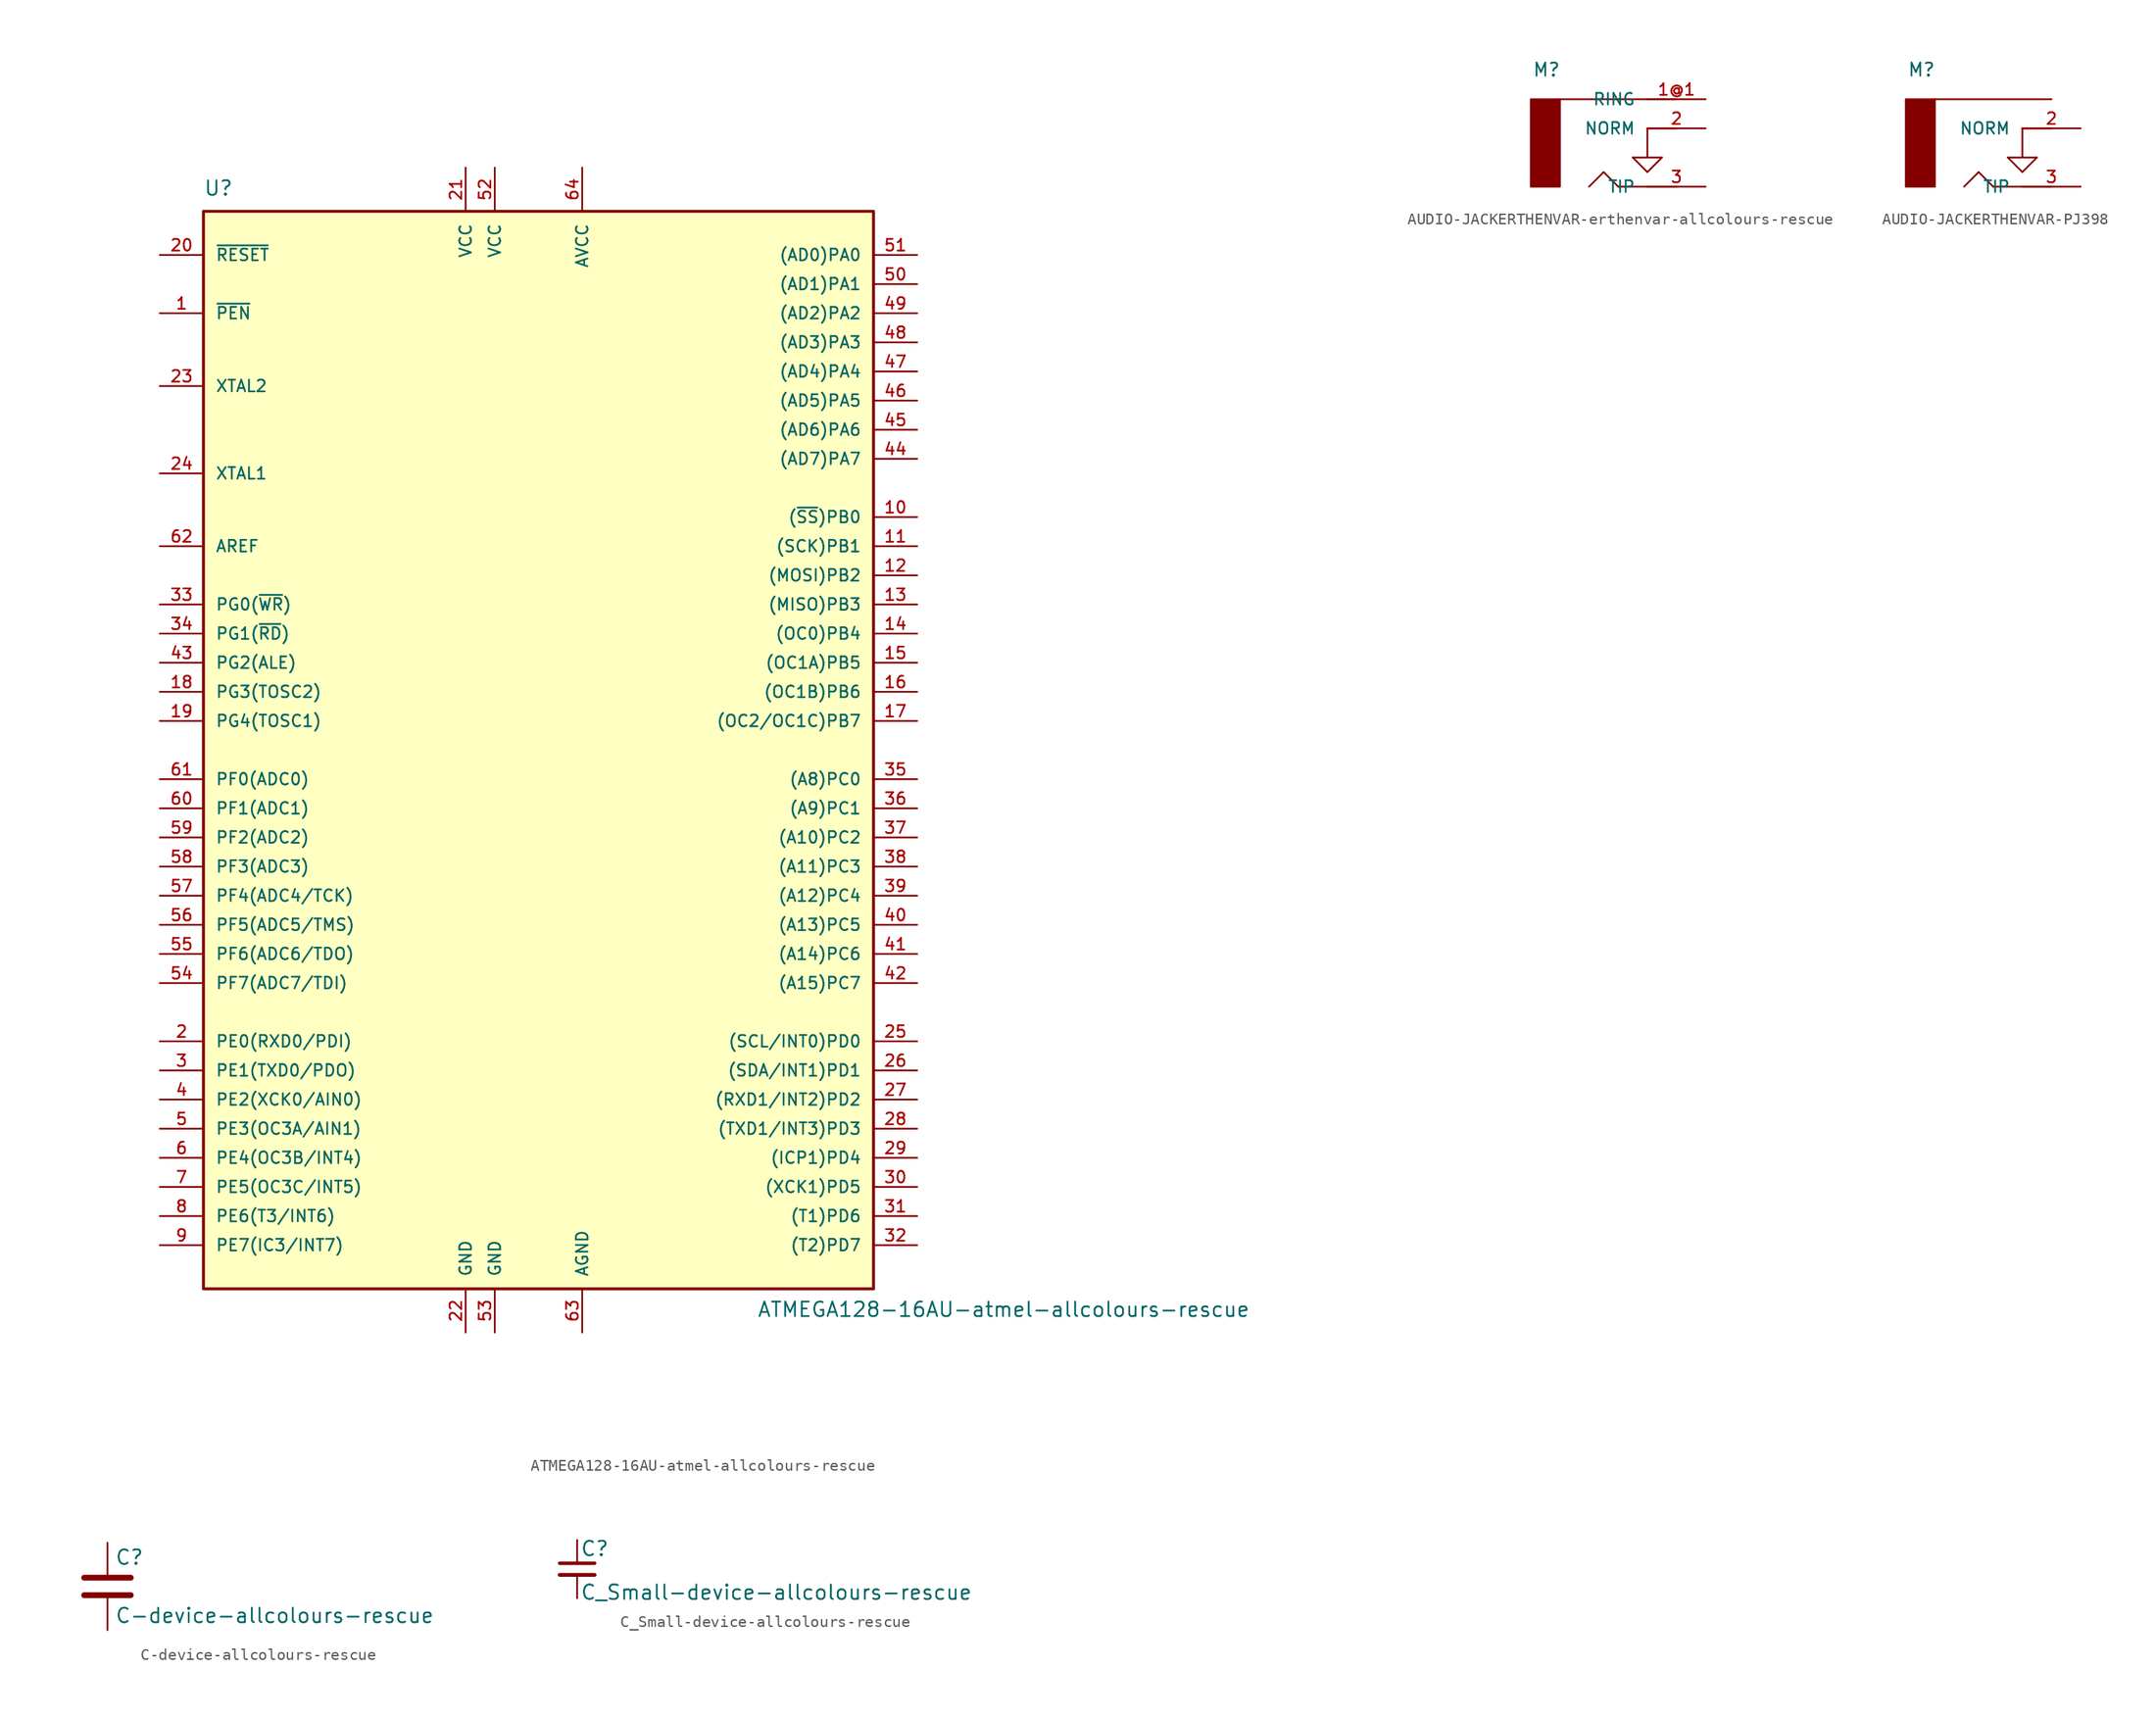
<source format=kicad_sym>
(kicad_symbol_lib
  (version 20211014)
  (generator kicad_symbol_editor)
  (symbol "ATMEGA128-16AU-atmel-allcolours-rescue"
    (pin_names
      (offset 1.016))
    (property "Reference" "U"
      (at -29.21 48.26 0)
      (effects (font (size 1.27 1.27)) (justify left bottom)))
    (property "Value" "ATMEGA128-16AU-atmel-allcolours-rescue"
      (at 19.05 -49.53 0)
      (effects (font (size 1.27 1.27)) (justify left bottom)))
    (symbol "ATMEGA128-16AU-atmel-allcolours-rescue_0_1"
      (rectangle (start -29.21 46.99) (end 29.21 -46.99) (stroke (width 0.254) (type default) (color 0 0 0 0)) (fill (type background))))
    (symbol "ATMEGA128-16AU-atmel-allcolours-rescue_1_1"
      (pin input line (at -33.02 38.1 0) (length 3.81) (name "~{PEN}" (effects (font (size 1.016 1.016)))) (number "1" (effects (font (size 1.016 1.016)))))
      (pin bidirectional line (at 33.02 20.32 180) (length 3.81) (name "(~{SS})PB0" (effects (font (size 1.016 1.016)))) (number "10" (effects (font (size 1.016 1.016)))))
      (pin bidirectional line (at 33.02 17.78 180) (length 3.81) (name "(SCK)PB1" (effects (font (size 1.016 1.016)))) (number "11" (effects (font (size 1.016 1.016)))))
      (pin bidirectional line (at 33.02 15.24 180) (length 3.81) (name "(MOSI)PB2" (effects (font (size 1.016 1.016)))) (number "12" (effects (font (size 1.016 1.016)))))
      (pin bidirectional line (at 33.02 12.7 180) (length 3.81) (name "(MISO)PB3" (effects (font (size 1.016 1.016)))) (number "13" (effects (font (size 1.016 1.016)))))
      (pin bidirectional line (at 33.02 10.16 180) (length 3.81) (name "(OC0)PB4" (effects (font (size 1.016 1.016)))) (number "14" (effects (font (size 1.016 1.016)))))
      (pin bidirectional line (at 33.02 7.62 180) (length 3.81) (name "(OC1A)PB5" (effects (font (size 1.016 1.016)))) (number "15" (effects (font (size 1.016 1.016)))))
      (pin bidirectional line (at 33.02 5.08 180) (length 3.81) (name "(OC1B)PB6" (effects (font (size 1.016 1.016)))) (number "16" (effects (font (size 1.016 1.016)))))
      (pin bidirectional line (at 33.02 2.54 180) (length 3.81) (name "(OC2/OC1C)PB7" (effects (font (size 1.016 1.016)))) (number "17" (effects (font (size 1.016 1.016)))))
      (pin bidirectional line (at -33.02 5.08 0) (length 3.81) (name "PG3(TOSC2)" (effects (font (size 1.016 1.016)))) (number "18" (effects (font (size 1.016 1.016)))))
      (pin bidirectional line (at -33.02 2.54 0) (length 3.81) (name "PG4(TOSC1)" (effects (font (size 1.016 1.016)))) (number "19" (effects (font (size 1.016 1.016)))))
      (pin bidirectional line (at -33.02 -25.4 0) (length 3.81) (name "PE0(RXD0/PDI)" (effects (font (size 1.016 1.016)))) (number "2" (effects (font (size 1.016 1.016)))))
      (pin input line (at -33.02 43.18 0) (length 3.81) (name "~{RESET}" (effects (font (size 1.016 1.016)))) (number "20" (effects (font (size 1.016 1.016)))))
      (pin power_in line (at -6.35 50.8 270) (length 3.81) (name "VCC" (effects (font (size 1.016 1.016)))) (number "21" (effects (font (size 1.016 1.016)))))
      (pin power_in line (at -6.35 -50.8 90) (length 3.81) (name "GND" (effects (font (size 1.016 1.016)))) (number "22" (effects (font (size 1.016 1.016)))))
      (pin bidirectional line (at -33.02 31.75 0) (length 3.81) (name "XTAL2" (effects (font (size 1.016 1.016)))) (number "23" (effects (font (size 1.016 1.016)))))
      (pin bidirectional line (at -33.02 24.13 0) (length 3.81) (name "XTAL1" (effects (font (size 1.016 1.016)))) (number "24" (effects (font (size 1.016 1.016)))))
      (pin bidirectional line (at 33.02 -25.4 180) (length 3.81) (name "(SCL/INT0)PD0" (effects (font (size 1.016 1.016)))) (number "25" (effects (font (size 1.016 1.016)))))
      (pin bidirectional line (at 33.02 -27.94 180) (length 3.81) (name "(SDA/INT1)PD1" (effects (font (size 1.016 1.016)))) (number "26" (effects (font (size 1.016 1.016)))))
      (pin bidirectional line (at 33.02 -30.48 180) (length 3.81) (name "(RXD1/INT2)PD2" (effects (font (size 1.016 1.016)))) (number "27" (effects (font (size 1.016 1.016)))))
      (pin bidirectional line (at 33.02 -33.02 180) (length 3.81) (name "(TXD1/INT3)PD3" (effects (font (size 1.016 1.016)))) (number "28" (effects (font (size 1.016 1.016)))))
      (pin bidirectional line (at 33.02 -35.56 180) (length 3.81) (name "(ICP1)PD4" (effects (font (size 1.016 1.016)))) (number "29" (effects (font (size 1.016 1.016)))))
      (pin bidirectional line (at -33.02 -27.94 0) (length 3.81) (name "PE1(TXD0/PDO)" (effects (font (size 1.016 1.016)))) (number "3" (effects (font (size 1.016 1.016)))))
      (pin bidirectional line (at 33.02 -38.1 180) (length 3.81) (name "(XCK1)PD5" (effects (font (size 1.016 1.016)))) (number "30" (effects (font (size 1.016 1.016)))))
      (pin bidirectional line (at 33.02 -40.64 180) (length 3.81) (name "(T1)PD6" (effects (font (size 1.016 1.016)))) (number "31" (effects (font (size 1.016 1.016)))))
      (pin bidirectional line (at 33.02 -43.18 180) (length 3.81) (name "(T2)PD7" (effects (font (size 1.016 1.016)))) (number "32" (effects (font (size 1.016 1.016)))))
      (pin bidirectional line (at -33.02 12.7 0) (length 3.81) (name "PG0(~{WR})" (effects (font (size 1.016 1.016)))) (number "33" (effects (font (size 1.016 1.016)))))
      (pin bidirectional line (at -33.02 10.16 0) (length 3.81) (name "PG1(~{RD})" (effects (font (size 1.016 1.016)))) (number "34" (effects (font (size 1.016 1.016)))))
      (pin output line (at 33.02 -2.54 180) (length 3.81) (name "(A8)PC0" (effects (font (size 1.016 1.016)))) (number "35" (effects (font (size 1.016 1.016)))))
      (pin output line (at 33.02 -5.08 180) (length 3.81) (name "(A9)PC1" (effects (font (size 1.016 1.016)))) (number "36" (effects (font (size 1.016 1.016)))))
      (pin output line (at 33.02 -7.62 180) (length 3.81) (name "(A10)PC2" (effects (font (size 1.016 1.016)))) (number "37" (effects (font (size 1.016 1.016)))))
      (pin output line (at 33.02 -10.16 180) (length 3.81) (name "(A11)PC3" (effects (font (size 1.016 1.016)))) (number "38" (effects (font (size 1.016 1.016)))))
      (pin output line (at 33.02 -12.7 180) (length 3.81) (name "(A12)PC4" (effects (font (size 1.016 1.016)))) (number "39" (effects (font (size 1.016 1.016)))))
      (pin bidirectional line (at -33.02 -30.48 0) (length 3.81) (name "PE2(XCK0/AIN0)" (effects (font (size 1.016 1.016)))) (number "4" (effects (font (size 1.016 1.016)))))
      (pin output line (at 33.02 -15.24 180) (length 3.81) (name "(A13)PC5" (effects (font (size 1.016 1.016)))) (number "40" (effects (font (size 1.016 1.016)))))
      (pin output line (at 33.02 -17.78 180) (length 3.81) (name "(A14)PC6" (effects (font (size 1.016 1.016)))) (number "41" (effects (font (size 1.016 1.016)))))
      (pin output line (at 33.02 -20.32 180) (length 3.81) (name "(A15)PC7" (effects (font (size 1.016 1.016)))) (number "42" (effects (font (size 1.016 1.016)))))
      (pin bidirectional line (at -33.02 7.62 0) (length 3.81) (name "PG2(ALE)" (effects (font (size 1.016 1.016)))) (number "43" (effects (font (size 1.016 1.016)))))
      (pin bidirectional line (at 33.02 25.4 180) (length 3.81) (name "(AD7)PA7" (effects (font (size 1.016 1.016)))) (number "44" (effects (font (size 1.016 1.016)))))
      (pin bidirectional line (at 33.02 27.94 180) (length 3.81) (name "(AD6)PA6" (effects (font (size 1.016 1.016)))) (number "45" (effects (font (size 1.016 1.016)))))
      (pin bidirectional line (at 33.02 30.48 180) (length 3.81) (name "(AD5)PA5" (effects (font (size 1.016 1.016)))) (number "46" (effects (font (size 1.016 1.016)))))
      (pin bidirectional line (at 33.02 33.02 180) (length 3.81) (name "(AD4)PA4" (effects (font (size 1.016 1.016)))) (number "47" (effects (font (size 1.016 1.016)))))
      (pin bidirectional line (at 33.02 35.56 180) (length 3.81) (name "(AD3)PA3" (effects (font (size 1.016 1.016)))) (number "48" (effects (font (size 1.016 1.016)))))
      (pin bidirectional line (at 33.02 38.1 180) (length 3.81) (name "(AD2)PA2" (effects (font (size 1.016 1.016)))) (number "49" (effects (font (size 1.016 1.016)))))
      (pin bidirectional line (at -33.02 -33.02 0) (length 3.81) (name "PE3(OC3A/AIN1)" (effects (font (size 1.016 1.016)))) (number "5" (effects (font (size 1.016 1.016)))))
      (pin bidirectional line (at 33.02 40.64 180) (length 3.81) (name "(AD1)PA1" (effects (font (size 1.016 1.016)))) (number "50" (effects (font (size 1.016 1.016)))))
      (pin bidirectional line (at 33.02 43.18 180) (length 3.81) (name "(AD0)PA0" (effects (font (size 1.016 1.016)))) (number "51" (effects (font (size 1.016 1.016)))))
      (pin power_in line (at -3.81 50.8 270) (length 3.81) (name "VCC" (effects (font (size 1.016 1.016)))) (number "52" (effects (font (size 1.016 1.016)))))
      (pin power_in line (at -3.81 -50.8 90) (length 3.81) (name "GND" (effects (font (size 1.016 1.016)))) (number "53" (effects (font (size 1.016 1.016)))))
      (pin input line (at -33.02 -20.32 0) (length 3.81) (name "PF7(ADC7/TDI)" (effects (font (size 1.016 1.016)))) (number "54" (effects (font (size 1.016 1.016)))))
      (pin input line (at -33.02 -17.78 0) (length 3.81) (name "PF6(ADC6/TDO)" (effects (font (size 1.016 1.016)))) (number "55" (effects (font (size 1.016 1.016)))))
      (pin input line (at -33.02 -15.24 0) (length 3.81) (name "PF5(ADC5/TMS)" (effects (font (size 1.016 1.016)))) (number "56" (effects (font (size 1.016 1.016)))))
      (pin input line (at -33.02 -12.7 0) (length 3.81) (name "PF4(ADC4/TCK)" (effects (font (size 1.016 1.016)))) (number "57" (effects (font (size 1.016 1.016)))))
      (pin input line (at -33.02 -10.16 0) (length 3.81) (name "PF3(ADC3)" (effects (font (size 1.016 1.016)))) (number "58" (effects (font (size 1.016 1.016)))))
      (pin input line (at -33.02 -7.62 0) (length 3.81) (name "PF2(ADC2)" (effects (font (size 1.016 1.016)))) (number "59" (effects (font (size 1.016 1.016)))))
      (pin bidirectional line (at -33.02 -35.56 0) (length 3.81) (name "PE4(OC3B/INT4)" (effects (font (size 1.016 1.016)))) (number "6" (effects (font (size 1.016 1.016)))))
      (pin input line (at -33.02 -5.08 0) (length 3.81) (name "PF1(ADC1)" (effects (font (size 1.016 1.016)))) (number "60" (effects (font (size 1.016 1.016)))))
      (pin input line (at -33.02 -2.54 0) (length 3.81) (name "PF0(ADC0)" (effects (font (size 1.016 1.016)))) (number "61" (effects (font (size 1.016 1.016)))))
      (pin bidirectional line (at -33.02 17.78 0) (length 3.81) (name "AREF" (effects (font (size 1.016 1.016)))) (number "62" (effects (font (size 1.016 1.016)))))
      (pin power_in line (at 3.81 -50.8 90) (length 3.81) (name "AGND" (effects (font (size 1.016 1.016)))) (number "63" (effects (font (size 1.016 1.016)))))
      (pin power_in line (at 3.81 50.8 270) (length 3.81) (name "AVCC" (effects (font (size 1.016 1.016)))) (number "64" (effects (font (size 1.016 1.016)))))
      (pin bidirectional line (at -33.02 -38.1 0) (length 3.81) (name "PE5(OC3C/INT5)" (effects (font (size 1.016 1.016)))) (number "7" (effects (font (size 1.016 1.016)))))
      (pin bidirectional line (at -33.02 -40.64 0) (length 3.81) (name "PE6(T3/INT6)" (effects (font (size 1.016 1.016)))) (number "8" (effects (font (size 1.016 1.016)))))
      (pin bidirectional line (at -33.02 -43.18 0) (length 3.81) (name "PE7(IC3/INT7)" (effects (font (size 1.016 1.016)))) (number "9" (effects (font (size 1.016 1.016)))))))
  (symbol "AUDIO-JACKERTHENVAR-erthenvar-allcolours-rescue"
    (pin_names
      (offset 1.016))
    (property "Reference" "M"
      (at -7.493 4.445 0)
      (effects (font (size 1.143 1.143)) (justify left bottom)))
    (property "ki_locked" ""
      (at 0 0 0)
      (effects (font (size 1.27 1.27))))
    (symbol "AUDIO-JACKERTHENVAR-erthenvar-allcolours-rescue_1_0"
      (polyline (pts (xy -5.08 2.54) (xy 5.08 2.54)) (stroke (width 0) (type default) (color 0 0 0 0)) (fill (type none)))
      (polyline (pts (xy -2.54 -5.08) (xy -1.27 -3.81)) (stroke (width 0) (type default) (color 0 0 0 0)) (fill (type none)))
      (polyline (pts (xy -1.27 -3.81) (xy 0 -5.08)) (stroke (width 0) (type default) (color 0 0 0 0)) (fill (type none)))
      (polyline (pts (xy 0 -5.08) (xy 5.08 -5.08)) (stroke (width 0) (type default) (color 0 0 0 0)) (fill (type none)))
      (polyline (pts (xy 1.27 -2.54) (xy 2.54 -2.54)) (stroke (width 0) (type default) (color 0 0 0 0)) (fill (type none)))
      (polyline (pts (xy 2.54 -3.81) (xy 1.27 -2.54)) (stroke (width 0) (type default) (color 0 0 0 0)) (fill (type none)))
      (polyline (pts (xy 2.54 -2.54) (xy 2.54 0)) (stroke (width 0) (type default) (color 0 0 0 0)) (fill (type none)))
      (polyline (pts (xy 2.54 -2.54) (xy 3.81 -2.54)) (stroke (width 0) (type default) (color 0 0 0 0)) (fill (type none)))
      (polyline (pts (xy 3.81 -2.54) (xy 2.54 -3.81)) (stroke (width 0) (type default) (color 0 0 0 0)) (fill (type none)))
      (polyline (pts (xy 5.08 0) (xy 2.54 0)) (stroke (width 0) (type default) (color 0 0 0 0)) (fill (type none))))
    (symbol "AUDIO-JACKERTHENVAR-erthenvar-allcolours-rescue_1_1"
      (rectangle (start -7.62 -5.08) (end -5.08 2.54) (stroke (width 0) (type default) (color 0 0 0 0)) (fill (type outline)))
      (pin bidirectional line (at 7.62 2.54 180) (length 5.08) (name "RING" (effects (font (size 1.016 1.016)))) (number "1@1" (effects (font (size 1.016 1.016)))))
      (pin bidirectional line (at 7.62 2.54 180) (length 5.08) hide (name "RING" (effects (font (size 1.016 1.016)))) (number "1@2" (effects (font (size 1.016 1.016)))))
      (pin bidirectional line (at 7.62 0 180) (length 5.08) (name "NORM" (effects (font (size 1.016 1.016)))) (number "2" (effects (font (size 1.016 1.016)))))
      (pin bidirectional line (at 7.62 -5.08 180) (length 5.08) (name "TIP" (effects (font (size 1.016 1.016)))) (number "3" (effects (font (size 1.016 1.016)))))))
  (symbol "AUDIO-JACKERTHENVAR-PJ398"
    (pin_names
      (offset 1.016))
    (property "Reference" "M"
      (at -7.493 4.445 0)
      (effects (font (size 1.143 1.143)) (justify left bottom)))
    (property "ki_locked" ""
      (at 0 0 0)
      (effects (font (size 1.27 1.27))))
    (symbol "AUDIO-JACKERTHENVAR-PJ398_1_0"
      (polyline (pts (xy -5.08 2.54) (xy 5.08 2.54)) (stroke (width 0) (type default) (color 0 0 0 0)) (fill (type none)))
      (polyline (pts (xy -2.54 -5.08) (xy -1.27 -3.81)) (stroke (width 0) (type default) (color 0 0 0 0)) (fill (type none)))
      (polyline (pts (xy -1.27 -3.81) (xy 0 -5.08)) (stroke (width 0) (type default) (color 0 0 0 0)) (fill (type none)))
      (polyline (pts (xy 0 -5.08) (xy 5.08 -5.08)) (stroke (width 0) (type default) (color 0 0 0 0)) (fill (type none)))
      (polyline (pts (xy 1.27 -2.54) (xy 2.54 -2.54)) (stroke (width 0) (type default) (color 0 0 0 0)) (fill (type none)))
      (polyline (pts (xy 2.54 -3.81) (xy 1.27 -2.54)) (stroke (width 0) (type default) (color 0 0 0 0)) (fill (type none)))
      (polyline (pts (xy 2.54 -2.54) (xy 2.54 0)) (stroke (width 0) (type default) (color 0 0 0 0)) (fill (type none)))
      (polyline (pts (xy 2.54 -2.54) (xy 3.81 -2.54)) (stroke (width 0) (type default) (color 0 0 0 0)) (fill (type none)))
      (polyline (pts (xy 3.81 -2.54) (xy 2.54 -3.81)) (stroke (width 0) (type default) (color 0 0 0 0)) (fill (type none)))
      (polyline (pts (xy 5.08 0) (xy 2.54 0)) (stroke (width 0) (type default) (color 0 0 0 0)) (fill (type none))))
    (symbol "AUDIO-JACKERTHENVAR-PJ398_1_1"
      (rectangle (start -7.62 -5.08) (end -5.08 2.54) (stroke (width 0) (type default) (color 0 0 0 0)) (fill (type outline)))
      (pin bidirectional line (at 7.62 2.54 180) (length 5.08) hide (name "RING" (effects (font (size 1.016 1.016)))) (number "1" (effects (font (size 1.016 1.016)))))
      (pin bidirectional line (at 7.62 0 180) (length 5.08) (name "NORM" (effects (font (size 1.016 1.016)))) (number "2" (effects (font (size 1.016 1.016)))))
      (pin bidirectional line (at 7.62 -5.08 180) (length 5.08) (name "TIP" (effects (font (size 1.016 1.016)))) (number "3" (effects (font (size 1.016 1.016)))))))
  (symbol "C-device-allcolours-rescue"
    (pin_numbers hide)
    (pin_names
      (offset 0.254))
    (property "Reference" "C"
      (at 0.635 2.54 0)
      (effects (font (size 1.27 1.27)) (justify left)))
    (property "Value" "C-device-allcolours-rescue"
      (at 0.635 -2.54 0)
      (effects (font (size 1.27 1.27)) (justify left)))
    (symbol "C-device-allcolours-rescue_0_1"
      (polyline (pts (xy -2.032 -0.762) (xy 2.032 -0.762)) (stroke (width 0.508) (type default) (color 0 0 0 0)) (fill (type none)))
      (polyline (pts (xy -2.032 0.762) (xy 2.032 0.762)) (stroke (width 0.508) (type default) (color 0 0 0 0)) (fill (type none))))
    (symbol "C-device-allcolours-rescue_1_1"
      (pin passive line (at 0 3.81 270) (length 2.794) (name "~" (effects (font (size 1.27 1.27)))) (number "1" (effects (font (size 1.27 1.27)))))
      (pin passive line (at 0 -3.81 90) (length 2.794) (name "~" (effects (font (size 1.27 1.27)))) (number "2" (effects (font (size 1.27 1.27)))))))
  (symbol "C_Small-device-allcolours-rescue"
    (pin_numbers hide)
    (pin_names
      (offset 0.254) hide)
    (property "Reference" "C"
      (at 0.254 1.778 0)
      (effects (font (size 1.27 1.27)) (justify left)))
    (property "Value" "C_Small-device-allcolours-rescue"
      (at 0.254 -2.032 0)
      (effects (font (size 1.27 1.27)) (justify left)))
    (symbol "C_Small-device-allcolours-rescue_0_1"
      (polyline (pts (xy -1.524 -0.508) (xy 1.524 -0.508)) (stroke (width 0.33) (type default) (color 0 0 0 0)) (fill (type none)))
      (polyline (pts (xy -1.524 0.508) (xy 1.524 0.508)) (stroke (width 0.305) (type default) (color 0 0 0 0)) (fill (type none))))
    (symbol "C_Small-device-allcolours-rescue_1_1"
      (pin passive line (at 0 2.54 270) (length 2.032) (name "~" (effects (font (size 1.27 1.27)))) (number "1" (effects (font (size 1.27 1.27)))))
      (pin passive line (at 0 -2.54 90) (length 2.032) (name "~" (effects (font (size 1.27 1.27)))) (number "2" (effects (font (size 1.27 1.27))))))))
</source>
